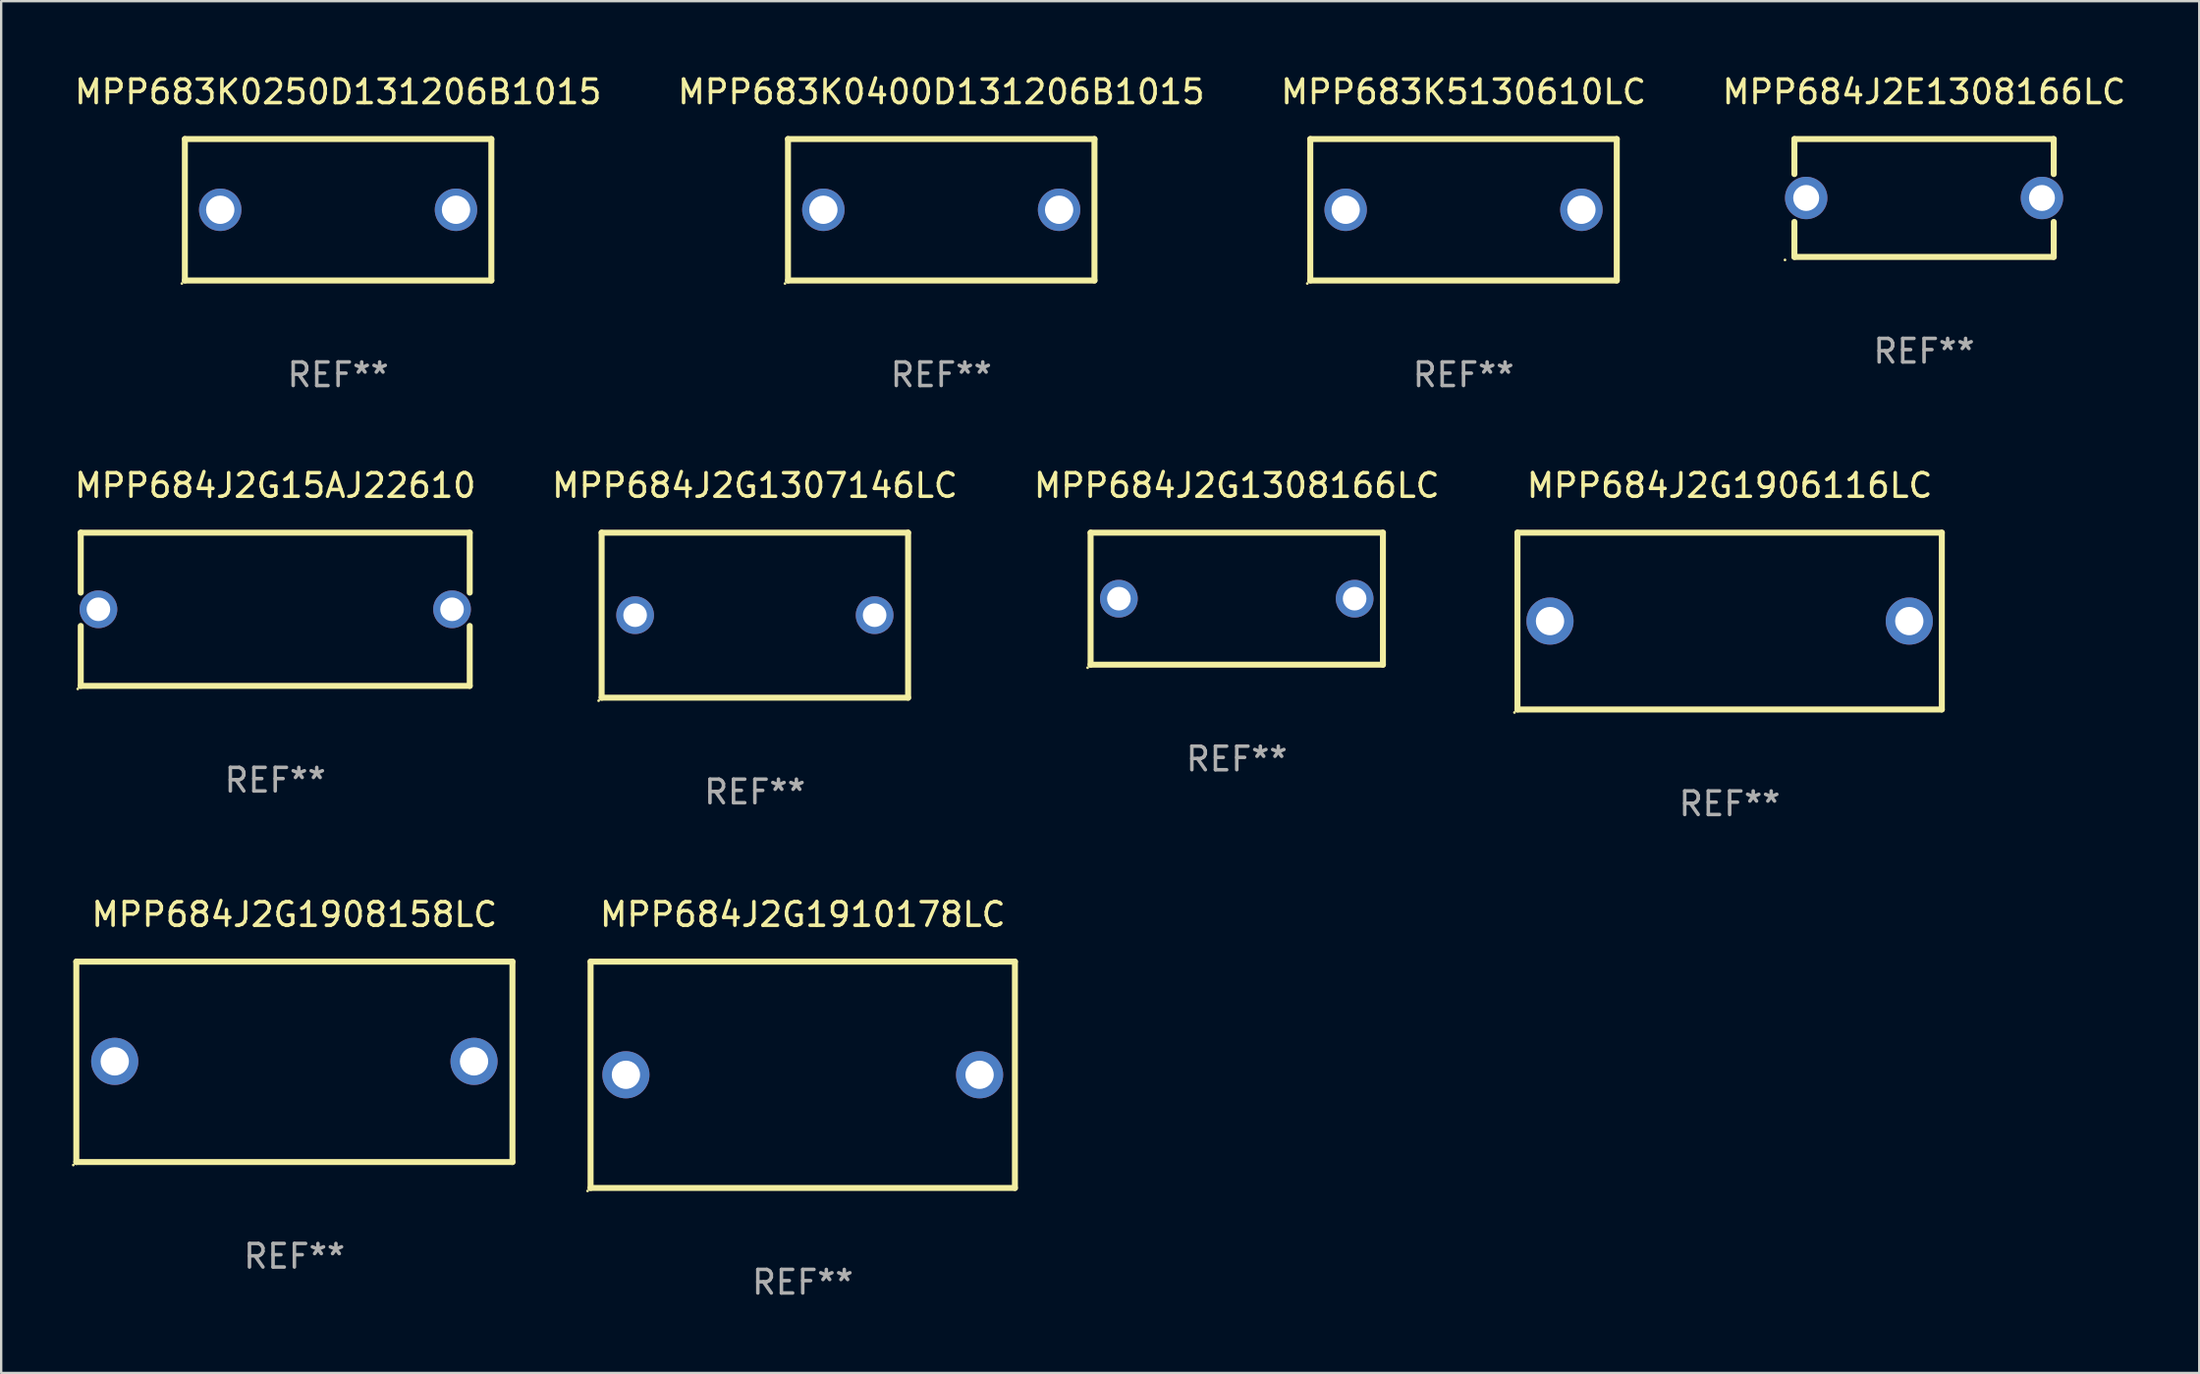
<source format=kicad_pcb>
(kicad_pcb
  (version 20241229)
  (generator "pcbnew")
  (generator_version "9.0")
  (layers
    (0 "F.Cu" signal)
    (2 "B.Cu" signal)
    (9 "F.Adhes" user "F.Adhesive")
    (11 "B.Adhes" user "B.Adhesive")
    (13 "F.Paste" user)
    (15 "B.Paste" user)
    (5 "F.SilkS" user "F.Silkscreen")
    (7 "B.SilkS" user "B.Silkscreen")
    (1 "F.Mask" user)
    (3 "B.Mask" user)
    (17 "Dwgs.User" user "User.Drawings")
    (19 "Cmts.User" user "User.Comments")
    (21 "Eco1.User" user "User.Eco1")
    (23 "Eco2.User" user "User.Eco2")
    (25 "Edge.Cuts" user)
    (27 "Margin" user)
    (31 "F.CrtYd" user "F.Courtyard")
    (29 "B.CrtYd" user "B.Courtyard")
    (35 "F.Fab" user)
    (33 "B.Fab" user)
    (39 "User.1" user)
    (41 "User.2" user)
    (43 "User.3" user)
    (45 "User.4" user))
  (footprint "MPP684J2E1308166LC"
    (layer "F.Cu")
    (at 78.565 5.348)
    (property "Reference" "MPP684J2E1308166LC" (at 0 -4.5 0) (layer "F.SilkS") (effects (font (size 1 1) (thickness 0.15))))
    (attr through_hole)
    (fp_line (start -5.5 -2.5) (end -5.5 -1.014) (stroke (width 0.254) (type solid)) (layer "F.SilkS"))
    (fp_line (start -5.5 -2.5) (end 5.5 -2.5) (stroke (width 0.254) (type solid)) (layer "F.SilkS"))
    (fp_line (start -5.5 1.014) (end -5.5 2.5) (stroke (width 0.254) (type solid)) (layer "F.SilkS"))
    (fp_line (start 5.5 -1.014) (end 5.5 -2.5) (stroke (width 0.254) (type solid)) (layer "F.SilkS"))
    (fp_line (start 5.5 2.5) (end -5.5 2.5) (stroke (width 0.254) (type solid)) (layer "F.SilkS"))
    (fp_line (start 5.5 2.5) (end 5.5 1.014) (stroke (width 0.254) (type solid)) (layer "F.SilkS"))
    (fp_circle (center -5.9 2.627) (end -5.87 2.627) (stroke (width 0.06) (type solid)) (fill no) (layer "F.SilkS"))
    (fp_text user "REF**" (at 0 6.5 0) (layer "F.Fab") (effects (font (size 1 1) (thickness 0.15))))
    (pad "1" thru_hole circle (at -5 0) (size 1.8 1.8) (drill 1.1) (layers "*.Cu" "*.Mask"))
    (pad "2" thru_hole circle (at 5 0) (size 1.8 1.8) (drill 1.1) (layers "*.Cu" "*.Mask")))
  (footprint "MPP684J2G1906116LC"
    (layer "F.Cu")
    (at 70.318 23.295)
    (property "Reference" "MPP684J2G1906116LC" (at 0 -5.75 0) (layer "F.SilkS") (effects (font (size 1 1) (thickness 0.15))))
    (attr through_hole)
    (fp_line (start -9 -3.75) (end 9 -3.75) (stroke (width 0.254) (type solid)) (layer "F.SilkS"))
    (fp_line (start -9 3.75) (end -9 -3.75) (stroke (width 0.254) (type solid)) (layer "F.SilkS"))
    (fp_line (start 9 -3.75) (end 9 3.75) (stroke (width 0.254) (type solid)) (layer "F.SilkS"))
    (fp_line (start 9 3.75) (end -9 3.75) (stroke (width 0.254) (type solid)) (layer "F.SilkS"))
    (fp_circle (center -9.127 3.877) (end -9.097 3.877) (stroke (width 0.06) (type solid)) (fill no) (layer "F.SilkS"))
    (fp_text user "REF**" (at 0 7.75 0) (layer "F.Fab") (effects (font (size 1 1) (thickness 0.15))))
    (pad "1" thru_hole circle (at -7.62 0) (size 2 2) (drill 1.2) (layers "*.Cu" "*.Mask"))
    (pad "2" thru_hole circle (at 7.62 0) (size 2 2) (drill 1.2) (layers "*.Cu" "*.Mask")))
  (footprint "MPP683K0400D131206B1015"
    (layer "F.Cu")
    (at 36.875 5.848)
    (property "Reference" "MPP683K0400D131206B1015" (at 0 -5 0) (layer "F.SilkS") (effects (font (size 1 1) (thickness 0.15))))
    (attr through_hole)
    (fp_line (start -6.5 -3) (end 6.5 -3) (stroke (width 0.254) (type solid)) (layer "F.SilkS"))
    (fp_line (start -6.5 3) (end -6.5 -3) (stroke (width 0.254) (type solid)) (layer "F.SilkS"))
    (fp_line (start -6.5 3) (end 6.5 3) (stroke (width 0.254) (type solid)) (layer "F.SilkS"))
    (fp_line (start 6.5 -3) (end 6.5 3) (stroke (width 0.254) (type solid)) (layer "F.SilkS"))
    (fp_circle (center -6.627 3.127) (end -6.597 3.127) (stroke (width 0.06) (type solid)) (fill no) (layer "F.SilkS"))
    (fp_text user "REF**" (at 0 7 0) (layer "F.Fab") (effects (font (size 1 1) (thickness 0.15))))
    (pad "1" thru_hole circle (at -5 0) (size 1.8 1.8) (drill 1.2) (layers "*.Cu" "*.Mask"))
    (pad "2" thru_hole circle (at 5 0) (size 1.8 1.8) (drill 1.2) (layers "*.Cu" "*.Mask")))
  (footprint "MPP684J2G1910178LC"
    (layer "F.Cu")
    (at 31.001 42.541)
    (property "Reference" "MPP684J2G1910178LC" (at 0 -6.8 0) (layer "F.SilkS") (effects (font (size 1 1) (thickness 0.15))))
    (attr through_hole)
    (fp_line (start -9 -4.8) (end 9 -4.8) (stroke (width 0.254) (type solid)) (layer "F.SilkS"))
    (fp_line (start -9 4.8) (end -9 -4.8) (stroke (width 0.254) (type solid)) (layer "F.SilkS"))
    (fp_line (start 9 -4.8) (end 9 4.8) (stroke (width 0.254) (type solid)) (layer "F.SilkS"))
    (fp_line (start 9 4.8) (end -9 4.8) (stroke (width 0.254) (type solid)) (layer "F.SilkS"))
    (fp_circle (center -9.127 4.927) (end -9.097 4.927) (stroke (width 0.06) (type solid)) (fill no) (layer "F.SilkS"))
    (fp_text user "REF**" (at 0 8.8 0) (layer "F.Fab") (effects (font (size 1 1) (thickness 0.15))))
    (pad "1" thru_hole circle (at -7.501 0) (size 2 2) (drill 1.2) (layers "*.Cu" "*.Mask"))
    (pad "2" thru_hole circle (at 7.501 0) (size 2 2) (drill 1.2) (layers "*.Cu" "*.Mask")))
  (footprint "MPP683K5130610LC"
    (layer "F.Cu")
    (at 59.03 5.848)
    (property "Reference" "MPP683K5130610LC" (at 0 -5 0) (layer "F.SilkS") (effects (font (size 1 1) (thickness 0.15))))
    (attr through_hole)
    (fp_line (start -6.5 -3) (end 6.5 -3) (stroke (width 0.254) (type solid)) (layer "F.SilkS"))
    (fp_line (start -6.5 3) (end -6.5 -3) (stroke (width 0.254) (type solid)) (layer "F.SilkS"))
    (fp_line (start -6.5 3) (end 6.5 3) (stroke (width 0.254) (type solid)) (layer "F.SilkS"))
    (fp_line (start 6.5 -3) (end 6.5 3) (stroke (width 0.254) (type solid)) (layer "F.SilkS"))
    (fp_circle (center -6.627 3.127) (end -6.597 3.127) (stroke (width 0.06) (type solid)) (fill no) (layer "F.SilkS"))
    (fp_text user "REF**" (at 0 7 0) (layer "F.Fab") (effects (font (size 1 1) (thickness 0.15))))
    (pad "1" thru_hole circle (at -5 0) (size 1.8 1.8) (drill 1.2) (layers "*.Cu" "*.Mask"))
    (pad "2" thru_hole circle (at 5 0) (size 1.8 1.8) (drill 1.2) (layers "*.Cu" "*.Mask")))
  (footprint "MPP684J2G15AJ22610"
    (layer "F.Cu")
    (at 8.625 22.795)
    (property "Reference" "MPP684J2G15AJ22610" (at 0 -5.25 0) (layer "F.SilkS") (effects (font (size 1 1) (thickness 0.15))))
    (attr through_hole)
    (fp_line (start -8.25 -3.25) (end -8.25 -0.706) (stroke (width 0.254) (type solid)) (layer "F.SilkS"))
    (fp_line (start -8.25 -3.25) (end 8.25 -3.25) (stroke (width 0.254) (type solid)) (layer "F.SilkS"))
    (fp_line (start -8.25 0.706) (end -8.25 3.25) (stroke (width 0.254) (type solid)) (layer "F.SilkS"))
    (fp_line (start -8.25 3.25) (end 8.25 3.25) (stroke (width 0.254) (type solid)) (layer "F.SilkS"))
    (fp_line (start 8.25 -3.25) (end 8.25 -0.706) (stroke (width 0.254) (type solid)) (layer "F.SilkS"))
    (fp_line (start 8.25 0.706) (end 8.25 3.25) (stroke (width 0.254) (type solid)) (layer "F.SilkS"))
    (fp_circle (center -8.377 3.377) (end -8.347 3.377) (stroke (width 0.06) (type solid)) (fill no) (layer "F.SilkS"))
    (fp_text user "REF**" (at 0 7.25 0) (layer "F.Fab") (effects (font (size 1 1) (thickness 0.15))))
    (pad "1" thru_hole circle (at -7.5 0) (size 1.6 1.6) (drill 1) (layers "*.Cu" "*.Mask"))
    (pad "2" thru_hole circle (at 7.5 0) (size 1.6 1.6) (drill 1) (layers "*.Cu" "*.Mask")))
  (footprint "MPP683K0250D131206B1015"
    (layer "F.Cu")
    (at 11.292 5.848)
    (property "Reference" "MPP683K0250D131206B1015" (at 0 -5 0) (layer "F.SilkS") (effects (font (size 1 1) (thickness 0.15))))
    (attr through_hole)
    (fp_line (start -6.5 -3) (end 6.5 -3) (stroke (width 0.254) (type solid)) (layer "F.SilkS"))
    (fp_line (start -6.5 3) (end -6.5 -3) (stroke (width 0.254) (type solid)) (layer "F.SilkS"))
    (fp_line (start -6.5 3) (end 6.5 3) (stroke (width 0.254) (type solid)) (layer "F.SilkS"))
    (fp_line (start 6.5 -3) (end 6.5 3) (stroke (width 0.254) (type solid)) (layer "F.SilkS"))
    (fp_circle (center -6.627 3.127) (end -6.597 3.127) (stroke (width 0.06) (type solid)) (fill no) (layer "F.SilkS"))
    (fp_text user "REF**" (at 0 7 0) (layer "F.Fab") (effects (font (size 1 1) (thickness 0.15))))
    (pad "1" thru_hole circle (at -5 0) (size 1.8 1.8) (drill 1.2) (layers "*.Cu" "*.Mask"))
    (pad "2" thru_hole circle (at 5 0) (size 1.8 1.8) (drill 1.2) (layers "*.Cu" "*.Mask")))
  (footprint "MPP684J2G1307146LC"
    (layer "F.Cu")
    (at 28.97 23.045)
    (property "Reference" "MPP684J2G1307146LC" (at 0 -5.5 0) (layer "F.SilkS") (effects (font (size 1 1) (thickness 0.15))))
    (attr through_hole)
    (fp_line (start -6.5 -3.5) (end 6.5 -3.5) (stroke (width 0.254) (type solid)) (layer "F.SilkS"))
    (fp_line (start -6.5 3.5) (end -6.5 -3.5) (stroke (width 0.254) (type solid)) (layer "F.SilkS"))
    (fp_line (start 6.5 -3.5) (end 6.5 3.5) (stroke (width 0.254) (type solid)) (layer "F.SilkS"))
    (fp_line (start 6.5 3.5) (end -6.5 3.5) (stroke (width 0.254) (type solid)) (layer "F.SilkS"))
    (fp_circle (center -6.627 3.627) (end -6.597 3.627) (stroke (width 0.06) (type solid)) (fill no) (layer "F.SilkS"))
    (fp_text user "REF**" (at 0 7.5 0) (layer "F.Fab") (effects (font (size 1 1) (thickness 0.15))))
    (pad "1" thru_hole circle (at -5.08 -0.000127) (size 1.6 1.6) (drill 1) (layers "*.Cu" "*.Mask"))
    (pad "2" thru_hole circle (at 5.08 -0.000127) (size 1.6 1.6) (drill 1) (layers "*.Cu" "*.Mask")))
  (footprint "MPP684J2G1908158LC"
    (layer "F.Cu")
    (at 9.437 41.991)
    (property "Reference" "MPP684J2G1908158LC" (at 0 -6.25 0) (layer "F.SilkS") (effects (font (size 1 1) (thickness 0.15))))
    (attr through_hole)
    (fp_line (start -9.25 -4.25) (end 9.25 -4.25) (stroke (width 0.254) (type solid)) (layer "F.SilkS"))
    (fp_line (start -9.25 4.25) (end -9.25 -4.25) (stroke (width 0.254) (type solid)) (layer "F.SilkS"))
    (fp_line (start 9.25 -4.25) (end 9.25 4.25) (stroke (width 0.254) (type solid)) (layer "F.SilkS"))
    (fp_line (start 9.25 4.25) (end -9.25 4.25) (stroke (width 0.254) (type solid)) (layer "F.SilkS"))
    (fp_circle (center -9.377 4.377) (end -9.347 4.377) (stroke (width 0.06) (type solid)) (fill no) (layer "F.SilkS"))
    (fp_text user "REF**" (at 0 8.25 0) (layer "F.Fab") (effects (font (size 1 1) (thickness 0.15))))
    (pad "1" thru_hole circle (at -7.62 -0.02) (size 2 2) (drill 1.2) (layers "*.Cu" "*.Mask"))
    (pad "2" thru_hole circle (at 7.62 -0.02) (size 2 2) (drill 1.2) (layers "*.Cu" "*.Mask")))
  (footprint "MPP684J2G1308166LC"
    (layer "F.Cu")
    (at 49.411 22.345)
    (property "Reference" "MPP684J2G1308166LC" (at 0 -4.8 0) (layer "F.SilkS") (effects (font (size 1 1) (thickness 0.15))))
    (attr through_hole)
    (fp_line (start -6.2 -2.8) (end 6.2 -2.8) (stroke (width 0.254) (type solid)) (layer "F.SilkS"))
    (fp_line (start -6.2 2.8) (end -6.2 -2.8) (stroke (width 0.254) (type solid)) (layer "F.SilkS"))
    (fp_line (start 6.2 -2.8) (end 6.2 2.8) (stroke (width 0.254) (type solid)) (layer "F.SilkS"))
    (fp_line (start 6.2 2.8) (end -6.2 2.8) (stroke (width 0.254) (type solid)) (layer "F.SilkS"))
    (fp_circle (center -6.327 2.927) (end -6.297 2.927) (stroke (width 0.06) (type solid)) (fill no) (layer "F.SilkS"))
    (fp_text user "REF**" (at 0 6.8 0) (layer "F.Fab") (effects (font (size 1 1) (thickness 0.15))))
    (pad "1" thru_hole circle (at -5 0) (size 1.6 1.6) (drill 1) (layers "*.Cu" "*.Mask"))
    (pad "2" thru_hole circle (at 5 0) (size 1.6 1.6) (drill 1) (layers "*.Cu" "*.Mask")))
  (gr_rect
    (start -3 -3)
    (end 90.238 55.19)
    (stroke (width 0.1) (type default))
    (fill no)
    (layer "Edge.Cuts")))
</source>
